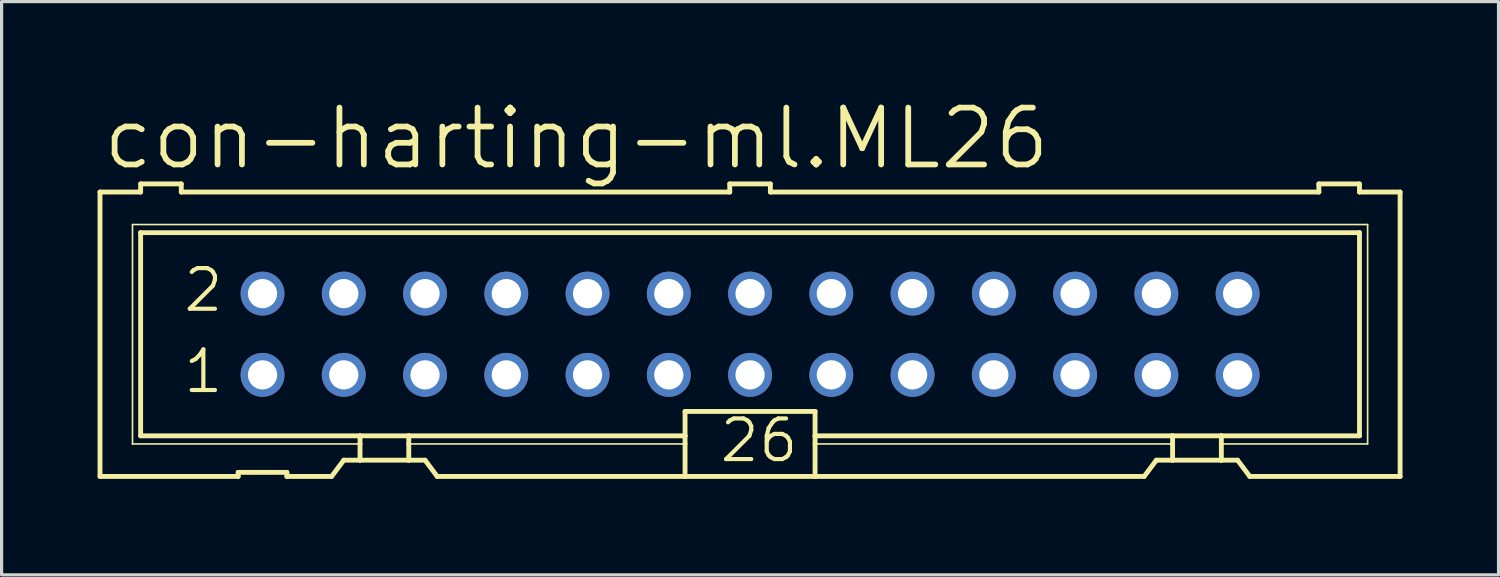
<source format=kicad_pcb>
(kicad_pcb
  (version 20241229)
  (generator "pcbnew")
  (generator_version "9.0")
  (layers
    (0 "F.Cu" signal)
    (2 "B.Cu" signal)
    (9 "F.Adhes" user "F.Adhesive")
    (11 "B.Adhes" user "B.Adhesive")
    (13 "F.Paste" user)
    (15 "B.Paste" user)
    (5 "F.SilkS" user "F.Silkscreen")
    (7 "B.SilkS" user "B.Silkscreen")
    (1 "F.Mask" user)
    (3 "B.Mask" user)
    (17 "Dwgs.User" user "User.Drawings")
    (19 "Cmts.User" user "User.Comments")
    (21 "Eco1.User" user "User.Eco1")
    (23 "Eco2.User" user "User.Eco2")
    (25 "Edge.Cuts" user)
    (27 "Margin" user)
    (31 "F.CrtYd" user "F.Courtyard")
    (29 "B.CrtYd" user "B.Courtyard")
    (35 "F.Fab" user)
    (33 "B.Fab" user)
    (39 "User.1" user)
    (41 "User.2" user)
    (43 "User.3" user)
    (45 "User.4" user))
  (footprint "con-harting-ml.ML26"
    (layer "F.Cu")
    (at 20.396 7.398)
    (property "Reference" "con-harting-ml.ML26" (at -20.32 -5.08 0) (layer "F.SilkS") (effects (font (size 1.778 1.778) (thickness 0.18)) (justify left bottom)))
    (attr through_hole)
    (fp_line (start -20.32 -4.445) (end -20.32 4.445) (stroke (width 0.152) (type default)) (layer "F.SilkS"))
    (fp_line (start -20.32 -4.445) (end -19.05 -4.445) (stroke (width 0.152) (type default)) (layer "F.SilkS"))
    (fp_line (start -20.32 4.445) (end -16.002 4.445) (stroke (width 0.152) (type default)) (layer "F.SilkS"))
    (fp_line (start -19.304 -3.429) (end -19.304 3.429) (stroke (width 0.051) (type default)) (layer "F.SilkS"))
    (fp_line (start -19.304 3.429) (end -12.192 3.429) (stroke (width 0.051) (type default)) (layer "F.SilkS"))
    (fp_line (start -19.05 -4.699) (end -19.05 -4.445) (stroke (width 0.152) (type default)) (layer "F.SilkS"))
    (fp_line (start -19.05 -3.175) (end -19.05 3.175) (stroke (width 0.152) (type default)) (layer "F.SilkS"))
    (fp_line (start -19.05 -3.175) (end 19.05 -3.175) (stroke (width 0.152) (type default)) (layer "F.SilkS"))
    (fp_line (start -17.78 -4.699) (end -19.05 -4.699) (stroke (width 0.152) (type default)) (layer "F.SilkS"))
    (fp_line (start -17.78 -4.699) (end -17.78 -4.445) (stroke (width 0.152) (type default)) (layer "F.SilkS"))
    (fp_line (start -17.78 -4.445) (end -0.635 -4.445) (stroke (width 0.152) (type default)) (layer "F.SilkS"))
    (fp_line (start -16.002 4.318) (end -16.002 4.445) (stroke (width 0.152) (type default)) (layer "F.SilkS"))
    (fp_line (start -16.002 4.318) (end -14.478 4.318) (stroke (width 0.152) (type default)) (layer "F.SilkS"))
    (fp_line (start -14.478 4.445) (end -14.478 4.318) (stroke (width 0.152) (type default)) (layer "F.SilkS"))
    (fp_line (start -14.478 4.445) (end -13.081 4.445) (stroke (width 0.152) (type default)) (layer "F.SilkS"))
    (fp_line (start -13.081 4.445) (end -12.7 3.937) (stroke (width 0.152) (type default)) (layer "F.SilkS"))
    (fp_line (start -12.192 3.175) (end -19.05 3.175) (stroke (width 0.152) (type default)) (layer "F.SilkS"))
    (fp_line (start -12.192 3.175) (end -12.192 3.429) (stroke (width 0.152) (type default)) (layer "F.SilkS"))
    (fp_line (start -12.192 3.429) (end -12.192 3.937) (stroke (width 0.152) (type default)) (layer "F.SilkS"))
    (fp_line (start -12.192 3.937) (end -12.7 3.937) (stroke (width 0.152) (type default)) (layer "F.SilkS"))
    (fp_line (start -10.668 3.175) (end -12.192 3.175) (stroke (width 0.152) (type default)) (layer "F.SilkS"))
    (fp_line (start -10.668 3.175) (end -10.668 3.429) (stroke (width 0.152) (type default)) (layer "F.SilkS"))
    (fp_line (start -10.668 3.429) (end -10.668 3.937) (stroke (width 0.152) (type default)) (layer "F.SilkS"))
    (fp_line (start -10.668 3.429) (end -2.032 3.429) (stroke (width 0.051) (type default)) (layer "F.SilkS"))
    (fp_line (start -10.668 3.937) (end -12.192 3.937) (stroke (width 0.152) (type default)) (layer "F.SilkS"))
    (fp_line (start -10.16 3.937) (end -10.668 3.937) (stroke (width 0.152) (type default)) (layer "F.SilkS"))
    (fp_line (start -10.16 3.937) (end -9.779 4.445) (stroke (width 0.152) (type default)) (layer "F.SilkS"))
    (fp_line (start -9.779 4.445) (end -2.032 4.445) (stroke (width 0.152) (type default)) (layer "F.SilkS"))
    (fp_line (start -2.032 3.175) (end -10.668 3.175) (stroke (width 0.152) (type default)) (layer "F.SilkS"))
    (fp_line (start -2.032 3.175) (end -2.032 2.413) (stroke (width 0.152) (type default)) (layer "F.SilkS"))
    (fp_line (start -2.032 3.175) (end -2.032 3.429) (stroke (width 0.152) (type default)) (layer "F.SilkS"))
    (fp_line (start -2.032 3.429) (end -2.032 4.445) (stroke (width 0.152) (type default)) (layer "F.SilkS"))
    (fp_line (start -0.635 -4.699) (end -0.635 -4.445) (stroke (width 0.152) (type default)) (layer "F.SilkS"))
    (fp_line (start 0.635 -4.699) (end -0.635 -4.699) (stroke (width 0.152) (type default)) (layer "F.SilkS"))
    (fp_line (start 0.635 -4.699) (end 0.635 -4.445) (stroke (width 0.152) (type default)) (layer "F.SilkS"))
    (fp_line (start 0.635 -4.445) (end 17.78 -4.445) (stroke (width 0.152) (type default)) (layer "F.SilkS"))
    (fp_line (start 2.032 2.413) (end -2.032 2.413) (stroke (width 0.152) (type default)) (layer "F.SilkS"))
    (fp_line (start 2.032 2.413) (end 2.032 3.175) (stroke (width 0.152) (type default)) (layer "F.SilkS"))
    (fp_line (start 2.032 3.175) (end 2.032 3.429) (stroke (width 0.152) (type default)) (layer "F.SilkS"))
    (fp_line (start 2.032 3.429) (end 2.032 4.445) (stroke (width 0.152) (type default)) (layer "F.SilkS"))
    (fp_line (start 2.032 4.445) (end -2.032 4.445) (stroke (width 0.152) (type default)) (layer "F.SilkS"))
    (fp_line (start 12.319 4.445) (end 2.032 4.445) (stroke (width 0.152) (type default)) (layer "F.SilkS"))
    (fp_line (start 12.319 4.445) (end 12.7 3.937) (stroke (width 0.152) (type default)) (layer "F.SilkS"))
    (fp_line (start 13.208 3.175) (end 2.032 3.175) (stroke (width 0.152) (type default)) (layer "F.SilkS"))
    (fp_line (start 13.208 3.175) (end 13.208 3.429) (stroke (width 0.152) (type default)) (layer "F.SilkS"))
    (fp_line (start 13.208 3.429) (end 2.032 3.429) (stroke (width 0.051) (type default)) (layer "F.SilkS"))
    (fp_line (start 13.208 3.429) (end 13.208 3.937) (stroke (width 0.152) (type default)) (layer "F.SilkS"))
    (fp_line (start 13.208 3.937) (end 12.7 3.937) (stroke (width 0.152) (type default)) (layer "F.SilkS"))
    (fp_line (start 14.732 3.175) (end 13.208 3.175) (stroke (width 0.152) (type default)) (layer "F.SilkS"))
    (fp_line (start 14.732 3.175) (end 14.732 3.429) (stroke (width 0.152) (type default)) (layer "F.SilkS"))
    (fp_line (start 14.732 3.429) (end 14.732 3.937) (stroke (width 0.152) (type default)) (layer "F.SilkS"))
    (fp_line (start 14.732 3.429) (end 19.304 3.429) (stroke (width 0.051) (type default)) (layer "F.SilkS"))
    (fp_line (start 14.732 3.937) (end 13.208 3.937) (stroke (width 0.152) (type default)) (layer "F.SilkS"))
    (fp_line (start 15.24 3.937) (end 14.732 3.937) (stroke (width 0.152) (type default)) (layer "F.SilkS"))
    (fp_line (start 15.24 3.937) (end 15.621 4.445) (stroke (width 0.152) (type default)) (layer "F.SilkS"))
    (fp_line (start 17.78 -4.445) (end 17.78 -4.699) (stroke (width 0.152) (type default)) (layer "F.SilkS"))
    (fp_line (start 19.05 -4.699) (end 17.78 -4.699) (stroke (width 0.152) (type default)) (layer "F.SilkS"))
    (fp_line (start 19.05 -4.445) (end 19.05 -4.699) (stroke (width 0.152) (type default)) (layer "F.SilkS"))
    (fp_line (start 19.05 -4.445) (end 20.32 -4.445) (stroke (width 0.152) (type default)) (layer "F.SilkS"))
    (fp_line (start 19.05 3.175) (end 14.732 3.175) (stroke (width 0.152) (type default)) (layer "F.SilkS"))
    (fp_line (start 19.05 3.175) (end 19.05 -3.175) (stroke (width 0.152) (type default)) (layer "F.SilkS"))
    (fp_line (start 19.304 -3.429) (end -19.304 -3.429) (stroke (width 0.051) (type default)) (layer "F.SilkS"))
    (fp_line (start 19.304 3.429) (end 19.304 -3.429) (stroke (width 0.051) (type default)) (layer "F.SilkS"))
    (fp_line (start 20.32 4.445) (end 15.621 4.445) (stroke (width 0.152) (type default)) (layer "F.SilkS"))
    (fp_line (start 20.32 4.445) (end 20.32 -4.445) (stroke (width 0.152) (type default)) (layer "F.SilkS"))
    (fp_rect (start -15.494 -1.016) (end -14.986 -1.524) (stroke (width 0.05) (type default)) (fill no) (layer "F.Fab"))
    (fp_rect (start -15.494 1.524) (end -14.986 1.016) (stroke (width 0.05) (type default)) (fill no) (layer "F.Fab"))
    (fp_rect (start -12.954 -1.016) (end -12.446 -1.524) (stroke (width 0.05) (type default)) (fill no) (layer "F.Fab"))
    (fp_rect (start -12.954 1.524) (end -12.446 1.016) (stroke (width 0.05) (type default)) (fill no) (layer "F.Fab"))
    (fp_rect (start -10.414 -1.016) (end -9.906 -1.524) (stroke (width 0.05) (type default)) (fill no) (layer "F.Fab"))
    (fp_rect (start -10.414 1.524) (end -9.906 1.016) (stroke (width 0.05) (type default)) (fill no) (layer "F.Fab"))
    (fp_rect (start -7.874 -1.016) (end -7.366 -1.524) (stroke (width 0.05) (type default)) (fill no) (layer "F.Fab"))
    (fp_rect (start -7.874 1.524) (end -7.366 1.016) (stroke (width 0.05) (type default)) (fill no) (layer "F.Fab"))
    (fp_rect (start -5.334 -1.016) (end -4.826 -1.524) (stroke (width 0.05) (type default)) (fill no) (layer "F.Fab"))
    (fp_rect (start -5.334 1.524) (end -4.826 1.016) (stroke (width 0.05) (type default)) (fill no) (layer "F.Fab"))
    (fp_rect (start -2.794 -1.016) (end -2.286 -1.524) (stroke (width 0.05) (type default)) (fill no) (layer "F.Fab"))
    (fp_rect (start -2.794 1.524) (end -2.286 1.016) (stroke (width 0.05) (type default)) (fill no) (layer "F.Fab"))
    (fp_rect (start -0.254 -1.016) (end 0.254 -1.524) (stroke (width 0.05) (type default)) (fill no) (layer "F.Fab"))
    (fp_rect (start -0.254 1.524) (end 0.254 1.016) (stroke (width 0.05) (type default)) (fill no) (layer "F.Fab"))
    (fp_rect (start 2.286 -1.016) (end 2.794 -1.524) (stroke (width 0.05) (type default)) (fill no) (layer "F.Fab"))
    (fp_rect (start 2.286 1.524) (end 2.794 1.016) (stroke (width 0.05) (type default)) (fill no) (layer "F.Fab"))
    (fp_rect (start 4.826 -1.016) (end 5.334 -1.524) (stroke (width 0.05) (type default)) (fill no) (layer "F.Fab"))
    (fp_rect (start 4.826 1.524) (end 5.334 1.016) (stroke (width 0.05) (type default)) (fill no) (layer "F.Fab"))
    (fp_rect (start 7.366 -1.016) (end 7.874 -1.524) (stroke (width 0.05) (type default)) (fill no) (layer "F.Fab"))
    (fp_rect (start 7.366 1.524) (end 7.874 1.016) (stroke (width 0.05) (type default)) (fill no) (layer "F.Fab"))
    (fp_rect (start 9.906 -1.016) (end 10.414 -1.524) (stroke (width 0.05) (type default)) (fill no) (layer "F.Fab"))
    (fp_rect (start 9.906 1.524) (end 10.414 1.016) (stroke (width 0.05) (type default)) (fill no) (layer "F.Fab"))
    (fp_rect (start 12.446 -1.016) (end 12.954 -1.524) (stroke (width 0.05) (type default)) (fill no) (layer "F.Fab"))
    (fp_rect (start 12.446 1.524) (end 12.954 1.016) (stroke (width 0.05) (type default)) (fill no) (layer "F.Fab"))
    (fp_rect (start 14.986 -1.016) (end 15.494 -1.524) (stroke (width 0.05) (type default)) (fill no) (layer "F.Fab"))
    (fp_rect (start 14.986 1.524) (end 15.494 1.016) (stroke (width 0.05) (type default)) (fill no) (layer "F.Fab"))
    (fp_text user "26" (at -1.016 4.064 0) (layer "F.SilkS") (effects (font (size 1.27 1.27) (thickness 0.13)) (justify left bottom)))
    (fp_text user "2" (at -17.78 -0.635 0) (layer "F.SilkS") (effects (font (size 1.27 1.27) (thickness 0.13)) (justify left bottom)))
    (fp_text user "1" (at -17.78 1.905 0) (layer "F.SilkS") (effects (font (size 1.27 1.27) (thickness 0.13)) (justify left bottom)))
    (pad "1" thru_hole circle (at -15.24 1.27) (size 1.372 1.372) (drill 0.914) (layers "*.Cu" "*.Mask"))
    (pad "2" thru_hole circle (at -15.24 -1.27) (size 1.372 1.372) (drill 0.914) (layers "*.Cu" "*.Mask"))
    (pad "3" thru_hole circle (at -12.7 1.27) (size 1.372 1.372) (drill 0.914) (layers "*.Cu" "*.Mask"))
    (pad "4" thru_hole circle (at -12.7 -1.27) (size 1.372 1.372) (drill 0.914) (layers "*.Cu" "*.Mask"))
    (pad "5" thru_hole circle (at -10.16 1.27) (size 1.372 1.372) (drill 0.914) (layers "*.Cu" "*.Mask"))
    (pad "6" thru_hole circle (at -10.16 -1.27) (size 1.372 1.372) (drill 0.914) (layers "*.Cu" "*.Mask"))
    (pad "7" thru_hole circle (at -7.62 1.27) (size 1.372 1.372) (drill 0.914) (layers "*.Cu" "*.Mask"))
    (pad "8" thru_hole circle (at -7.62 -1.27) (size 1.372 1.372) (drill 0.914) (layers "*.Cu" "*.Mask"))
    (pad "9" thru_hole circle (at -5.08 1.27) (size 1.372 1.372) (drill 0.914) (layers "*.Cu" "*.Mask"))
    (pad "10" thru_hole circle (at -5.08 -1.27) (size 1.372 1.372) (drill 0.914) (layers "*.Cu" "*.Mask"))
    (pad "11" thru_hole circle (at -2.54 1.27) (size 1.372 1.372) (drill 0.914) (layers "*.Cu" "*.Mask"))
    (pad "12" thru_hole circle (at -2.54 -1.27) (size 1.372 1.372) (drill 0.914) (layers "*.Cu" "*.Mask"))
    (pad "13" thru_hole circle (at 0 1.27) (size 1.372 1.372) (drill 0.914) (layers "*.Cu" "*.Mask"))
    (pad "14" thru_hole circle (at 0 -1.27) (size 1.372 1.372) (drill 0.914) (layers "*.Cu" "*.Mask"))
    (pad "15" thru_hole circle (at 2.54 1.27) (size 1.372 1.372) (drill 0.914) (layers "*.Cu" "*.Mask"))
    (pad "16" thru_hole circle (at 2.54 -1.27) (size 1.372 1.372) (drill 0.914) (layers "*.Cu" "*.Mask"))
    (pad "17" thru_hole circle (at 5.08 1.27) (size 1.372 1.372) (drill 0.914) (layers "*.Cu" "*.Mask"))
    (pad "18" thru_hole circle (at 5.08 -1.27) (size 1.372 1.372) (drill 0.914) (layers "*.Cu" "*.Mask"))
    (pad "19" thru_hole circle (at 7.62 1.27) (size 1.372 1.372) (drill 0.914) (layers "*.Cu" "*.Mask"))
    (pad "20" thru_hole circle (at 7.62 -1.27) (size 1.372 1.372) (drill 0.914) (layers "*.Cu" "*.Mask"))
    (pad "21" thru_hole circle (at 10.16 1.27) (size 1.372 1.372) (drill 0.914) (layers "*.Cu" "*.Mask"))
    (pad "22" thru_hole circle (at 10.16 -1.27) (size 1.372 1.372) (drill 0.914) (layers "*.Cu" "*.Mask"))
    (pad "23" thru_hole circle (at 12.7 1.27) (size 1.372 1.372) (drill 0.914) (layers "*.Cu" "*.Mask"))
    (pad "24" thru_hole circle (at 12.7 -1.27) (size 1.372 1.372) (drill 0.914) (layers "*.Cu" "*.Mask"))
    (pad "25" thru_hole circle (at 15.24 1.27) (size 1.372 1.372) (drill 0.914) (layers "*.Cu" "*.Mask"))
    (pad "26" thru_hole circle (at 15.24 -1.27) (size 1.372 1.372) (drill 0.914) (layers "*.Cu" "*.Mask")))
  (gr_rect
    (start -3 -3)
    (end 43.792 14.919)
    (stroke (width 0.1) (type default))
    (fill no)
    (layer "Edge.Cuts")))
</source>
